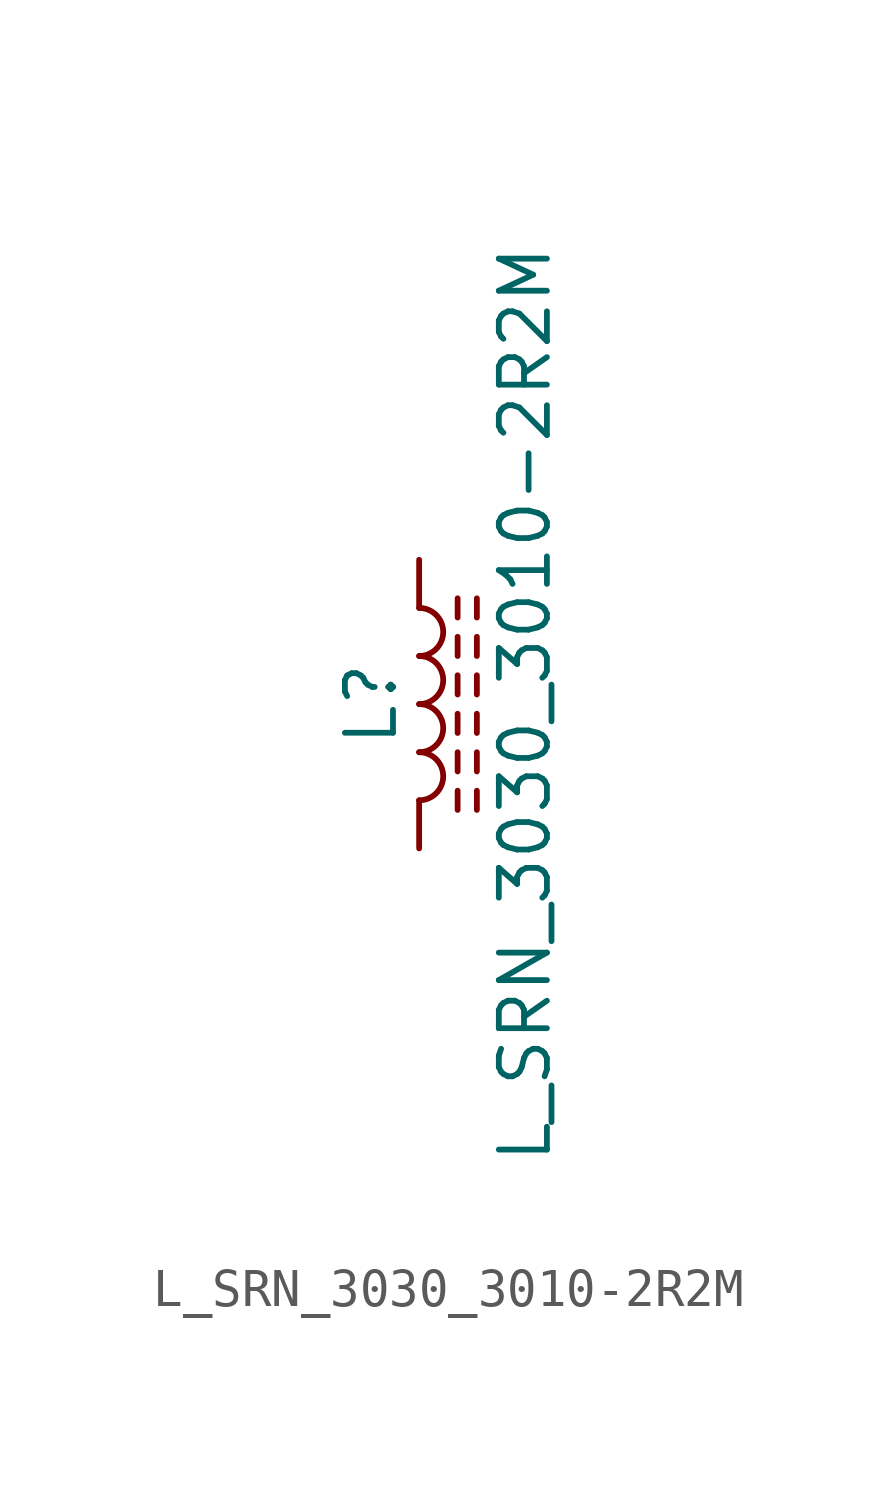
<source format=kicad_sym>
(kicad_symbol_lib
  (version 20211014)
  (generator kicad_symbol_editor)
  (symbol "L_SRN_3030_3010-2R2M"
    (pin_numbers hide)
    (pin_names
      (offset 1.016) hide)
    (property "Reference" "L"
      (at -1.27 0 90)
      (effects (font (size 1.27 1.27))))
    (property "Value" "L_SRN_3030_3010-2R2M"
      (at 2.794 0 90)
      (effects (font (size 1.27 1.27))))
    (symbol "L_SRN_3030_3010-2R2M_0_1"
      (arc (start 0 -2.54) (mid 0.635 -1.905) (end 0 -1.27) (stroke (width 0) (type default) (color 0 0 0 0)) (fill (type none)))
      (arc (start 0 -1.27) (mid 0.635 -0.635) (end 0 0) (stroke (width 0) (type default) (color 0 0 0 0)) (fill (type none)))
      (polyline (pts (xy 1.016 -2.794) (xy 1.016 -2.286)) (stroke (width 0) (type default) (color 0 0 0 0)) (fill (type none)))
      (polyline (pts (xy 1.016 -1.778) (xy 1.016 -1.27)) (stroke (width 0) (type default) (color 0 0 0 0)) (fill (type none)))
      (polyline (pts (xy 1.016 -0.762) (xy 1.016 -0.254)) (stroke (width 0) (type default) (color 0 0 0 0)) (fill (type none)))
      (polyline (pts (xy 1.016 0.254) (xy 1.016 0.762)) (stroke (width 0) (type default) (color 0 0 0 0)) (fill (type none)))
      (polyline (pts (xy 1.016 1.27) (xy 1.016 1.778)) (stroke (width 0) (type default) (color 0 0 0 0)) (fill (type none)))
      (polyline (pts (xy 1.016 2.286) (xy 1.016 2.794)) (stroke (width 0) (type default) (color 0 0 0 0)) (fill (type none)))
      (polyline (pts (xy 1.524 -2.286) (xy 1.524 -2.794)) (stroke (width 0) (type default) (color 0 0 0 0)) (fill (type none)))
      (polyline (pts (xy 1.524 -1.27) (xy 1.524 -1.778)) (stroke (width 0) (type default) (color 0 0 0 0)) (fill (type none)))
      (polyline (pts (xy 1.524 -0.254) (xy 1.524 -0.762)) (stroke (width 0) (type default) (color 0 0 0 0)) (fill (type none)))
      (polyline (pts (xy 1.524 0.762) (xy 1.524 0.254)) (stroke (width 0) (type default) (color 0 0 0 0)) (fill (type none)))
      (polyline (pts (xy 1.524 1.778) (xy 1.524 1.27)) (stroke (width 0) (type default) (color 0 0 0 0)) (fill (type none)))
      (polyline (pts (xy 1.524 2.794) (xy 1.524 2.286)) (stroke (width 0) (type default) (color 0 0 0 0)) (fill (type none)))
      (arc (start 0 0) (mid 0.635 0.635) (end 0 1.27) (stroke (width 0) (type default) (color 0 0 0 0)) (fill (type none)))
      (arc (start 0 1.27) (mid 0.635 1.905) (end 0 2.54) (stroke (width 0) (type default) (color 0 0 0 0)) (fill (type none))))
    (symbol "L_SRN_3030_3010-2R2M_1_1"
      (pin passive line (at 0 3.81 270) (length 1.27) (name "1" (effects (font (size 1.27 1.27)))) (number "1" (effects (font (size 1.27 1.27)))))
      (pin passive line (at 0 -3.81 90) (length 1.27) (name "2" (effects (font (size 1.27 1.27)))) (number "2" (effects (font (size 1.27 1.27))))))))
</source>
